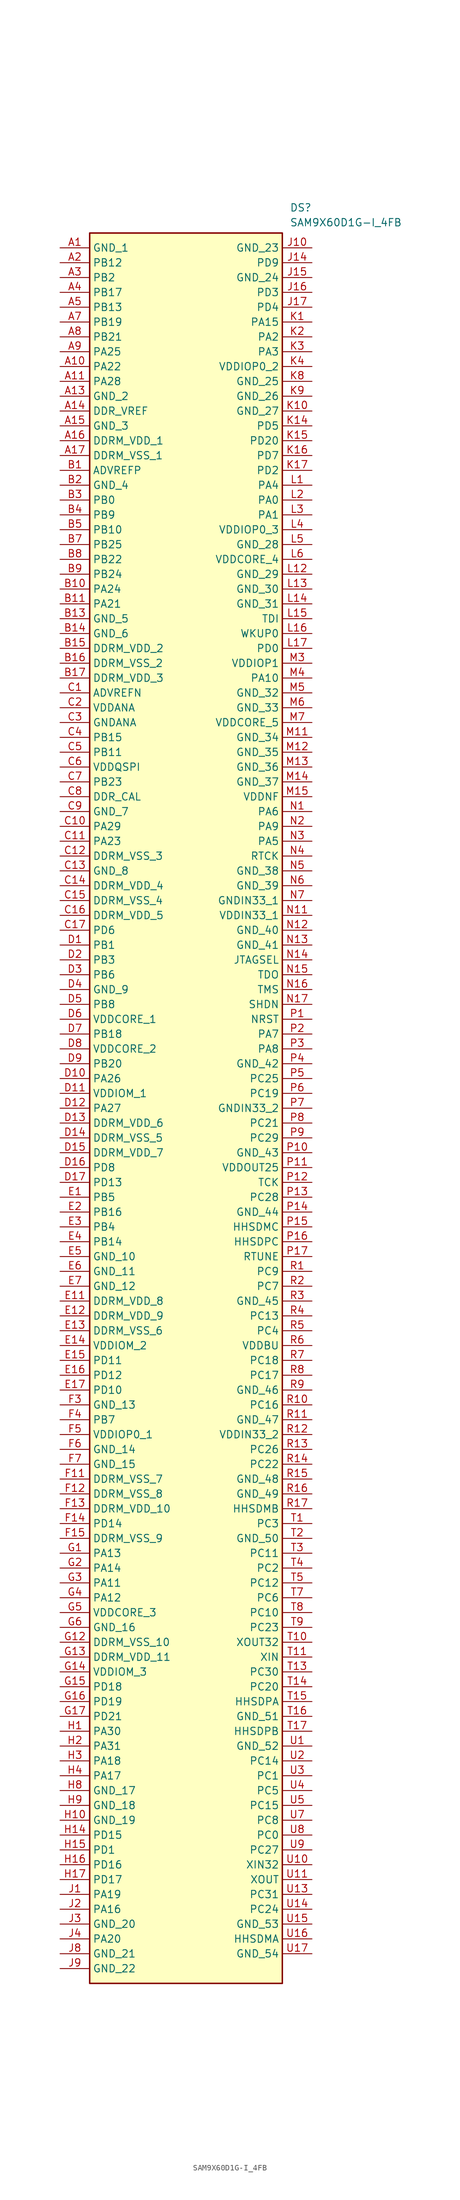
<source format=kicad_sym>
(kicad_symbol_lib
  (version 20211014)
  (generator SamacSys_ECAD_Model)
  (symbol "SAM9X60D1G-I_4FB"
    (property "Reference" "DS"
      (at 39.37 7.62 0)
      (effects (font (size 1.27 1.27)) (justify left top)))
    (property "Value" "SAM9X60D1G-I_4FB"
      (at 39.37 5.08 0)
      (effects (font (size 1.27 1.27)) (justify left top)))
    (rectangle
      (start 5.08 2.54)
      (end 38.1 -297.18)
      (stroke (width 0.254) (type default))
      (fill (type background)))
    (pin power_in line
      (at 0 0 0)
      (length 5.08)
      (name "GND_1" (effects (font (size 1.27 1.27))))
      (number "A1" (effects (font (size 1.27 1.27)))))
    (pin bidirectional line
      (at 0 -2.54 0)
      (length 5.08)
      (name "PB12" (effects (font (size 1.27 1.27))))
      (number "A2" (effects (font (size 1.27 1.27)))))
    (pin bidirectional line
      (at 0 -5.08 0)
      (length 5.08)
      (name "PB2" (effects (font (size 1.27 1.27))))
      (number "A3" (effects (font (size 1.27 1.27)))))
    (pin bidirectional line
      (at 0 -7.62 0)
      (length 5.08)
      (name "PB17" (effects (font (size 1.27 1.27))))
      (number "A4" (effects (font (size 1.27 1.27)))))
    (pin bidirectional line
      (at 0 -10.16 0)
      (length 5.08)
      (name "PB13" (effects (font (size 1.27 1.27))))
      (number "A5" (effects (font (size 1.27 1.27)))))
    (pin bidirectional line
      (at 0 -12.7 0)
      (length 5.08)
      (name "PB19" (effects (font (size 1.27 1.27))))
      (number "A7" (effects (font (size 1.27 1.27)))))
    (pin bidirectional line
      (at 0 -15.24 0)
      (length 5.08)
      (name "PB21" (effects (font (size 1.27 1.27))))
      (number "A8" (effects (font (size 1.27 1.27)))))
    (pin bidirectional line
      (at 0 -17.78 0)
      (length 5.08)
      (name "PA25" (effects (font (size 1.27 1.27))))
      (number "A9" (effects (font (size 1.27 1.27)))))
    (pin bidirectional line
      (at 0 -20.32 0)
      (length 5.08)
      (name "PA22" (effects (font (size 1.27 1.27))))
      (number "A10" (effects (font (size 1.27 1.27)))))
    (pin bidirectional line
      (at 0 -22.86 0)
      (length 5.08)
      (name "PA28" (effects (font (size 1.27 1.27))))
      (number "A11" (effects (font (size 1.27 1.27)))))
    (pin power_in line
      (at 0 -25.4 0)
      (length 5.08)
      (name "GND_2" (effects (font (size 1.27 1.27))))
      (number "A13" (effects (font (size 1.27 1.27)))))
    (pin bidirectional line
      (at 0 -27.94 0)
      (length 5.08)
      (name "DDR_VREF" (effects (font (size 1.27 1.27))))
      (number "A14" (effects (font (size 1.27 1.27)))))
    (pin power_in line
      (at 0 -30.48 0)
      (length 5.08)
      (name "GND_3" (effects (font (size 1.27 1.27))))
      (number "A15" (effects (font (size 1.27 1.27)))))
    (pin power_in line
      (at 0 -33.02 0)
      (length 5.08)
      (name "DDRM_VDD_1" (effects (font (size 1.27 1.27))))
      (number "A16" (effects (font (size 1.27 1.27)))))
    (pin power_in line
      (at 0 -35.56 0)
      (length 5.08)
      (name "DDRM_VSS_1" (effects (font (size 1.27 1.27))))
      (number "A17" (effects (font (size 1.27 1.27)))))
    (pin input line
      (at 0 -38.1 0)
      (length 5.08)
      (name "ADVREFP" (effects (font (size 1.27 1.27))))
      (number "B1" (effects (font (size 1.27 1.27)))))
    (pin power_in line
      (at 0 -40.64 0)
      (length 5.08)
      (name "GND_4" (effects (font (size 1.27 1.27))))
      (number "B2" (effects (font (size 1.27 1.27)))))
    (pin bidirectional line
      (at 0 -43.18 0)
      (length 5.08)
      (name "PB0" (effects (font (size 1.27 1.27))))
      (number "B3" (effects (font (size 1.27 1.27)))))
    (pin bidirectional line
      (at 0 -45.72 0)
      (length 5.08)
      (name "PB9" (effects (font (size 1.27 1.27))))
      (number "B4" (effects (font (size 1.27 1.27)))))
    (pin bidirectional line
      (at 0 -48.26 0)
      (length 5.08)
      (name "PB10" (effects (font (size 1.27 1.27))))
      (number "B5" (effects (font (size 1.27 1.27)))))
    (pin bidirectional line
      (at 0 -50.8 0)
      (length 5.08)
      (name "PB25" (effects (font (size 1.27 1.27))))
      (number "B7" (effects (font (size 1.27 1.27)))))
    (pin bidirectional line
      (at 0 -53.34 0)
      (length 5.08)
      (name "PB22" (effects (font (size 1.27 1.27))))
      (number "B8" (effects (font (size 1.27 1.27)))))
    (pin bidirectional line
      (at 0 -55.88 0)
      (length 5.08)
      (name "PB24" (effects (font (size 1.27 1.27))))
      (number "B9" (effects (font (size 1.27 1.27)))))
    (pin bidirectional line
      (at 0 -58.42 0)
      (length 5.08)
      (name "PA24" (effects (font (size 1.27 1.27))))
      (number "B10" (effects (font (size 1.27 1.27)))))
    (pin bidirectional line
      (at 0 -60.96 0)
      (length 5.08)
      (name "PA21" (effects (font (size 1.27 1.27))))
      (number "B11" (effects (font (size 1.27 1.27)))))
    (pin power_in line
      (at 0 -63.5 0)
      (length 5.08)
      (name "GND_5" (effects (font (size 1.27 1.27))))
      (number "B13" (effects (font (size 1.27 1.27)))))
    (pin power_in line
      (at 0 -66.04 0)
      (length 5.08)
      (name "GND_6" (effects (font (size 1.27 1.27))))
      (number "B14" (effects (font (size 1.27 1.27)))))
    (pin power_in line
      (at 0 -68.58 0)
      (length 5.08)
      (name "DDRM_VDD_2" (effects (font (size 1.27 1.27))))
      (number "B15" (effects (font (size 1.27 1.27)))))
    (pin power_in line
      (at 0 -71.12 0)
      (length 5.08)
      (name "DDRM_VSS_2" (effects (font (size 1.27 1.27))))
      (number "B16" (effects (font (size 1.27 1.27)))))
    (pin power_in line
      (at 0 -73.66 0)
      (length 5.08)
      (name "DDRM_VDD_3" (effects (font (size 1.27 1.27))))
      (number "B17" (effects (font (size 1.27 1.27)))))
    (pin input line
      (at 0 -76.2 0)
      (length 5.08)
      (name "ADVREFN" (effects (font (size 1.27 1.27))))
      (number "C1" (effects (font (size 1.27 1.27)))))
    (pin power_in line
      (at 0 -78.74 0)
      (length 5.08)
      (name "VDDANA" (effects (font (size 1.27 1.27))))
      (number "C2" (effects (font (size 1.27 1.27)))))
    (pin power_in line
      (at 0 -81.28 0)
      (length 5.08)
      (name "GNDANA" (effects (font (size 1.27 1.27))))
      (number "C3" (effects (font (size 1.27 1.27)))))
    (pin bidirectional line
      (at 0 -83.82 0)
      (length 5.08)
      (name "PB15" (effects (font (size 1.27 1.27))))
      (number "C4" (effects (font (size 1.27 1.27)))))
    (pin bidirectional line
      (at 0 -86.36 0)
      (length 5.08)
      (name "PB11" (effects (font (size 1.27 1.27))))
      (number "C5" (effects (font (size 1.27 1.27)))))
    (pin power_in line
      (at 0 -88.9 0)
      (length 5.08)
      (name "VDDQSPI" (effects (font (size 1.27 1.27))))
      (number "C6" (effects (font (size 1.27 1.27)))))
    (pin bidirectional line
      (at 0 -91.44 0)
      (length 5.08)
      (name "PB23" (effects (font (size 1.27 1.27))))
      (number "C7" (effects (font (size 1.27 1.27)))))
    (pin bidirectional line
      (at 0 -93.98 0)
      (length 5.08)
      (name "DDR_CAL" (effects (font (size 1.27 1.27))))
      (number "C8" (effects (font (size 1.27 1.27)))))
    (pin power_in line
      (at 0 -96.52 0)
      (length 5.08)
      (name "GND_7" (effects (font (size 1.27 1.27))))
      (number "C9" (effects (font (size 1.27 1.27)))))
    (pin bidirectional line
      (at 0 -99.06 0)
      (length 5.08)
      (name "PA29" (effects (font (size 1.27 1.27))))
      (number "C10" (effects (font (size 1.27 1.27)))))
    (pin bidirectional line
      (at 0 -101.6 0)
      (length 5.08)
      (name "PA23" (effects (font (size 1.27 1.27))))
      (number "C11" (effects (font (size 1.27 1.27)))))
    (pin power_in line
      (at 0 -104.14 0)
      (length 5.08)
      (name "DDRM_VSS_3" (effects (font (size 1.27 1.27))))
      (number "C12" (effects (font (size 1.27 1.27)))))
    (pin power_in line
      (at 0 -106.68 0)
      (length 5.08)
      (name "GND_8" (effects (font (size 1.27 1.27))))
      (number "C13" (effects (font (size 1.27 1.27)))))
    (pin power_in line
      (at 0 -109.22 0)
      (length 5.08)
      (name "DDRM_VDD_4" (effects (font (size 1.27 1.27))))
      (number "C14" (effects (font (size 1.27 1.27)))))
    (pin power_in line
      (at 0 -111.76 0)
      (length 5.08)
      (name "DDRM_VSS_4" (effects (font (size 1.27 1.27))))
      (number "C15" (effects (font (size 1.27 1.27)))))
    (pin power_in line
      (at 0 -114.3 0)
      (length 5.08)
      (name "DDRM_VDD_5" (effects (font (size 1.27 1.27))))
      (number "C16" (effects (font (size 1.27 1.27)))))
    (pin bidirectional line
      (at 0 -116.84 0)
      (length 5.08)
      (name "PD6" (effects (font (size 1.27 1.27))))
      (number "C17" (effects (font (size 1.27 1.27)))))
    (pin bidirectional line
      (at 0 -119.38 0)
      (length 5.08)
      (name "PB1" (effects (font (size 1.27 1.27))))
      (number "D1" (effects (font (size 1.27 1.27)))))
    (pin bidirectional line
      (at 0 -121.92 0)
      (length 5.08)
      (name "PB3" (effects (font (size 1.27 1.27))))
      (number "D2" (effects (font (size 1.27 1.27)))))
    (pin bidirectional line
      (at 0 -124.46 0)
      (length 5.08)
      (name "PB6" (effects (font (size 1.27 1.27))))
      (number "D3" (effects (font (size 1.27 1.27)))))
    (pin power_in line
      (at 0 -127 0)
      (length 5.08)
      (name "GND_9" (effects (font (size 1.27 1.27))))
      (number "D4" (effects (font (size 1.27 1.27)))))
    (pin bidirectional line
      (at 0 -129.54 0)
      (length 5.08)
      (name "PB8" (effects (font (size 1.27 1.27))))
      (number "D5" (effects (font (size 1.27 1.27)))))
    (pin power_in line
      (at 0 -132.08 0)
      (length 5.08)
      (name "VDDCORE_1" (effects (font (size 1.27 1.27))))
      (number "D6" (effects (font (size 1.27 1.27)))))
    (pin bidirectional line
      (at 0 -134.62 0)
      (length 5.08)
      (name "PB18" (effects (font (size 1.27 1.27))))
      (number "D7" (effects (font (size 1.27 1.27)))))
    (pin power_in line
      (at 0 -137.16 0)
      (length 5.08)
      (name "VDDCORE_2" (effects (font (size 1.27 1.27))))
      (number "D8" (effects (font (size 1.27 1.27)))))
    (pin bidirectional line
      (at 0 -139.7 0)
      (length 5.08)
      (name "PB20" (effects (font (size 1.27 1.27))))
      (number "D9" (effects (font (size 1.27 1.27)))))
    (pin bidirectional line
      (at 0 -142.24 0)
      (length 5.08)
      (name "PA26" (effects (font (size 1.27 1.27))))
      (number "D10" (effects (font (size 1.27 1.27)))))
    (pin power_in line
      (at 0 -144.78 0)
      (length 5.08)
      (name "VDDIOM_1" (effects (font (size 1.27 1.27))))
      (number "D11" (effects (font (size 1.27 1.27)))))
    (pin bidirectional line
      (at 0 -147.32 0)
      (length 5.08)
      (name "PA27" (effects (font (size 1.27 1.27))))
      (number "D12" (effects (font (size 1.27 1.27)))))
    (pin power_in line
      (at 0 -149.86 0)
      (length 5.08)
      (name "DDRM_VDD_6" (effects (font (size 1.27 1.27))))
      (number "D13" (effects (font (size 1.27 1.27)))))
    (pin power_in line
      (at 0 -152.4 0)
      (length 5.08)
      (name "DDRM_VSS_5" (effects (font (size 1.27 1.27))))
      (number "D14" (effects (font (size 1.27 1.27)))))
    (pin power_in line
      (at 0 -154.94 0)
      (length 5.08)
      (name "DDRM_VDD_7" (effects (font (size 1.27 1.27))))
      (number "D15" (effects (font (size 1.27 1.27)))))
    (pin bidirectional line
      (at 0 -157.48 0)
      (length 5.08)
      (name "PD8" (effects (font (size 1.27 1.27))))
      (number "D16" (effects (font (size 1.27 1.27)))))
    (pin bidirectional line
      (at 0 -160.02 0)
      (length 5.08)
      (name "PD13" (effects (font (size 1.27 1.27))))
      (number "D17" (effects (font (size 1.27 1.27)))))
    (pin bidirectional line
      (at 0 -162.56 0)
      (length 5.08)
      (name "PB5" (effects (font (size 1.27 1.27))))
      (number "E1" (effects (font (size 1.27 1.27)))))
    (pin bidirectional line
      (at 0 -165.1 0)
      (length 5.08)
      (name "PB16" (effects (font (size 1.27 1.27))))
      (number "E2" (effects (font (size 1.27 1.27)))))
    (pin bidirectional line
      (at 0 -167.64 0)
      (length 5.08)
      (name "PB4" (effects (font (size 1.27 1.27))))
      (number "E3" (effects (font (size 1.27 1.27)))))
    (pin bidirectional line
      (at 0 -170.18 0)
      (length 5.08)
      (name "PB14" (effects (font (size 1.27 1.27))))
      (number "E4" (effects (font (size 1.27 1.27)))))
    (pin power_in line
      (at 0 -172.72 0)
      (length 5.08)
      (name "GND_10" (effects (font (size 1.27 1.27))))
      (number "E5" (effects (font (size 1.27 1.27)))))
    (pin power_in line
      (at 0 -175.26 0)
      (length 5.08)
      (name "GND_11" (effects (font (size 1.27 1.27))))
      (number "E6" (effects (font (size 1.27 1.27)))))
    (pin power_in line
      (at 0 -177.8 0)
      (length 5.08)
      (name "GND_12" (effects (font (size 1.27 1.27))))
      (number "E7" (effects (font (size 1.27 1.27)))))
    (pin power_in line
      (at 0 -180.34 0)
      (length 5.08)
      (name "DDRM_VDD_8" (effects (font (size 1.27 1.27))))
      (number "E11" (effects (font (size 1.27 1.27)))))
    (pin power_in line
      (at 0 -182.88 0)
      (length 5.08)
      (name "DDRM_VDD_9" (effects (font (size 1.27 1.27))))
      (number "E12" (effects (font (size 1.27 1.27)))))
    (pin power_in line
      (at 0 -185.42 0)
      (length 5.08)
      (name "DDRM_VSS_6" (effects (font (size 1.27 1.27))))
      (number "E13" (effects (font (size 1.27 1.27)))))
    (pin power_in line
      (at 0 -187.96 0)
      (length 5.08)
      (name "VDDIOM_2" (effects (font (size 1.27 1.27))))
      (number "E14" (effects (font (size 1.27 1.27)))))
    (pin bidirectional line
      (at 0 -190.5 0)
      (length 5.08)
      (name "PD11" (effects (font (size 1.27 1.27))))
      (number "E15" (effects (font (size 1.27 1.27)))))
    (pin bidirectional line
      (at 0 -193.04 0)
      (length 5.08)
      (name "PD12" (effects (font (size 1.27 1.27))))
      (number "E16" (effects (font (size 1.27 1.27)))))
    (pin bidirectional line
      (at 0 -195.58 0)
      (length 5.08)
      (name "PD10" (effects (font (size 1.27 1.27))))
      (number "E17" (effects (font (size 1.27 1.27)))))
    (pin power_in line
      (at 0 -198.12 0)
      (length 5.08)
      (name "GND_13" (effects (font (size 1.27 1.27))))
      (number "F3" (effects (font (size 1.27 1.27)))))
    (pin bidirectional line
      (at 0 -200.66 0)
      (length 5.08)
      (name "PB7" (effects (font (size 1.27 1.27))))
      (number "F4" (effects (font (size 1.27 1.27)))))
    (pin power_in line
      (at 0 -203.2 0)
      (length 5.08)
      (name "VDDIOP0_1" (effects (font (size 1.27 1.27))))
      (number "F5" (effects (font (size 1.27 1.27)))))
    (pin power_in line
      (at 0 -205.74 0)
      (length 5.08)
      (name "GND_14" (effects (font (size 1.27 1.27))))
      (number "F6" (effects (font (size 1.27 1.27)))))
    (pin power_in line
      (at 0 -208.28 0)
      (length 5.08)
      (name "GND_15" (effects (font (size 1.27 1.27))))
      (number "F7" (effects (font (size 1.27 1.27)))))
    (pin power_in line
      (at 0 -210.82 0)
      (length 5.08)
      (name "DDRM_VSS_7" (effects (font (size 1.27 1.27))))
      (number "F11" (effects (font (size 1.27 1.27)))))
    (pin power_in line
      (at 0 -213.36 0)
      (length 5.08)
      (name "DDRM_VSS_8" (effects (font (size 1.27 1.27))))
      (number "F12" (effects (font (size 1.27 1.27)))))
    (pin power_in line
      (at 0 -215.9 0)
      (length 5.08)
      (name "DDRM_VDD_10" (effects (font (size 1.27 1.27))))
      (number "F13" (effects (font (size 1.27 1.27)))))
    (pin bidirectional line
      (at 0 -218.44 0)
      (length 5.08)
      (name "PD14" (effects (font (size 1.27 1.27))))
      (number "F14" (effects (font (size 1.27 1.27)))))
    (pin power_in line
      (at 0 -220.98 0)
      (length 5.08)
      (name "DDRM_VSS_9" (effects (font (size 1.27 1.27))))
      (number "F15" (effects (font (size 1.27 1.27)))))
    (pin bidirectional line
      (at 0 -223.52 0)
      (length 5.08)
      (name "PA13" (effects (font (size 1.27 1.27))))
      (number "G1" (effects (font (size 1.27 1.27)))))
    (pin bidirectional line
      (at 0 -226.06 0)
      (length 5.08)
      (name "PA14" (effects (font (size 1.27 1.27))))
      (number "G2" (effects (font (size 1.27 1.27)))))
    (pin bidirectional line
      (at 0 -228.6 0)
      (length 5.08)
      (name "PA11" (effects (font (size 1.27 1.27))))
      (number "G3" (effects (font (size 1.27 1.27)))))
    (pin bidirectional line
      (at 0 -231.14 0)
      (length 5.08)
      (name "PA12" (effects (font (size 1.27 1.27))))
      (number "G4" (effects (font (size 1.27 1.27)))))
    (pin power_in line
      (at 0 -233.68 0)
      (length 5.08)
      (name "VDDCORE_3" (effects (font (size 1.27 1.27))))
      (number "G5" (effects (font (size 1.27 1.27)))))
    (pin power_in line
      (at 0 -236.22 0)
      (length 5.08)
      (name "GND_16" (effects (font (size 1.27 1.27))))
      (number "G6" (effects (font (size 1.27 1.27)))))
    (pin power_in line
      (at 0 -238.76 0)
      (length 5.08)
      (name "DDRM_VSS_10" (effects (font (size 1.27 1.27))))
      (number "G12" (effects (font (size 1.27 1.27)))))
    (pin power_in line
      (at 0 -241.3 0)
      (length 5.08)
      (name "DDRM_VDD_11" (effects (font (size 1.27 1.27))))
      (number "G13" (effects (font (size 1.27 1.27)))))
    (pin power_in line
      (at 0 -243.84 0)
      (length 5.08)
      (name "VDDIOM_3" (effects (font (size 1.27 1.27))))
      (number "G14" (effects (font (size 1.27 1.27)))))
    (pin bidirectional line
      (at 0 -246.38 0)
      (length 5.08)
      (name "PD18" (effects (font (size 1.27 1.27))))
      (number "G15" (effects (font (size 1.27 1.27)))))
    (pin bidirectional line
      (at 0 -248.92 0)
      (length 5.08)
      (name "PD19" (effects (font (size 1.27 1.27))))
      (number "G16" (effects (font (size 1.27 1.27)))))
    (pin bidirectional line
      (at 0 -251.46 0)
      (length 5.08)
      (name "PD21" (effects (font (size 1.27 1.27))))
      (number "G17" (effects (font (size 1.27 1.27)))))
    (pin bidirectional line
      (at 0 -254 0)
      (length 5.08)
      (name "PA30" (effects (font (size 1.27 1.27))))
      (number "H1" (effects (font (size 1.27 1.27)))))
    (pin bidirectional line
      (at 0 -256.54 0)
      (length 5.08)
      (name "PA31" (effects (font (size 1.27 1.27))))
      (number "H2" (effects (font (size 1.27 1.27)))))
    (pin bidirectional line
      (at 0 -259.08 0)
      (length 5.08)
      (name "PA18" (effects (font (size 1.27 1.27))))
      (number "H3" (effects (font (size 1.27 1.27)))))
    (pin bidirectional line
      (at 0 -261.62 0)
      (length 5.08)
      (name "PA17" (effects (font (size 1.27 1.27))))
      (number "H4" (effects (font (size 1.27 1.27)))))
    (pin power_in line
      (at 0 -264.16 0)
      (length 5.08)
      (name "GND_17" (effects (font (size 1.27 1.27))))
      (number "H8" (effects (font (size 1.27 1.27)))))
    (pin power_in line
      (at 0 -266.7 0)
      (length 5.08)
      (name "GND_18" (effects (font (size 1.27 1.27))))
      (number "H9" (effects (font (size 1.27 1.27)))))
    (pin power_in line
      (at 0 -269.24 0)
      (length 5.08)
      (name "GND_19" (effects (font (size 1.27 1.27))))
      (number "H10" (effects (font (size 1.27 1.27)))))
    (pin bidirectional line
      (at 0 -271.78 0)
      (length 5.08)
      (name "PD15" (effects (font (size 1.27 1.27))))
      (number "H14" (effects (font (size 1.27 1.27)))))
    (pin bidirectional line
      (at 0 -274.32 0)
      (length 5.08)
      (name "PD1" (effects (font (size 1.27 1.27))))
      (number "H15" (effects (font (size 1.27 1.27)))))
    (pin bidirectional line
      (at 0 -276.86 0)
      (length 5.08)
      (name "PD16" (effects (font (size 1.27 1.27))))
      (number "H16" (effects (font (size 1.27 1.27)))))
    (pin bidirectional line
      (at 0 -279.4 0)
      (length 5.08)
      (name "PD17" (effects (font (size 1.27 1.27))))
      (number "H17" (effects (font (size 1.27 1.27)))))
    (pin bidirectional line
      (at 0 -281.94 0)
      (length 5.08)
      (name "PA19" (effects (font (size 1.27 1.27))))
      (number "J1" (effects (font (size 1.27 1.27)))))
    (pin bidirectional line
      (at 0 -284.48 0)
      (length 5.08)
      (name "PA16" (effects (font (size 1.27 1.27))))
      (number "J2" (effects (font (size 1.27 1.27)))))
    (pin power_in line
      (at 0 -287.02 0)
      (length 5.08)
      (name "GND_20" (effects (font (size 1.27 1.27))))
      (number "J3" (effects (font (size 1.27 1.27)))))
    (pin bidirectional line
      (at 0 -289.56 0)
      (length 5.08)
      (name "PA20" (effects (font (size 1.27 1.27))))
      (number "J4" (effects (font (size 1.27 1.27)))))
    (pin power_in line
      (at 0 -292.1 0)
      (length 5.08)
      (name "GND_21" (effects (font (size 1.27 1.27))))
      (number "J8" (effects (font (size 1.27 1.27)))))
    (pin power_in line
      (at 0 -294.64 0)
      (length 5.08)
      (name "GND_22" (effects (font (size 1.27 1.27))))
      (number "J9" (effects (font (size 1.27 1.27)))))
    (pin power_in line
      (at 43.18 0 180)
      (length 5.08)
      (name "GND_23" (effects (font (size 1.27 1.27))))
      (number "J10" (effects (font (size 1.27 1.27)))))
    (pin bidirectional line
      (at 43.18 -2.54 180)
      (length 5.08)
      (name "PD9" (effects (font (size 1.27 1.27))))
      (number "J14" (effects (font (size 1.27 1.27)))))
    (pin power_in line
      (at 43.18 -5.08 180)
      (length 5.08)
      (name "GND_24" (effects (font (size 1.27 1.27))))
      (number "J15" (effects (font (size 1.27 1.27)))))
    (pin bidirectional line
      (at 43.18 -7.62 180)
      (length 5.08)
      (name "PD3" (effects (font (size 1.27 1.27))))
      (number "J16" (effects (font (size 1.27 1.27)))))
    (pin bidirectional line
      (at 43.18 -10.16 180)
      (length 5.08)
      (name "PD4" (effects (font (size 1.27 1.27))))
      (number "J17" (effects (font (size 1.27 1.27)))))
    (pin bidirectional line
      (at 43.18 -12.7 180)
      (length 5.08)
      (name "PA15" (effects (font (size 1.27 1.27))))
      (number "K1" (effects (font (size 1.27 1.27)))))
    (pin bidirectional line
      (at 43.18 -15.24 180)
      (length 5.08)
      (name "PA2" (effects (font (size 1.27 1.27))))
      (number "K2" (effects (font (size 1.27 1.27)))))
    (pin bidirectional line
      (at 43.18 -17.78 180)
      (length 5.08)
      (name "PA3" (effects (font (size 1.27 1.27))))
      (number "K3" (effects (font (size 1.27 1.27)))))
    (pin power_in line
      (at 43.18 -20.32 180)
      (length 5.08)
      (name "VDDIOP0_2" (effects (font (size 1.27 1.27))))
      (number "K4" (effects (font (size 1.27 1.27)))))
    (pin power_in line
      (at 43.18 -22.86 180)
      (length 5.08)
      (name "GND_25" (effects (font (size 1.27 1.27))))
      (number "K8" (effects (font (size 1.27 1.27)))))
    (pin power_in line
      (at 43.18 -25.4 180)
      (length 5.08)
      (name "GND_26" (effects (font (size 1.27 1.27))))
      (number "K9" (effects (font (size 1.27 1.27)))))
    (pin power_in line
      (at 43.18 -27.94 180)
      (length 5.08)
      (name "GND_27" (effects (font (size 1.27 1.27))))
      (number "K10" (effects (font (size 1.27 1.27)))))
    (pin bidirectional line
      (at 43.18 -30.48 180)
      (length 5.08)
      (name "PD5" (effects (font (size 1.27 1.27))))
      (number "K14" (effects (font (size 1.27 1.27)))))
    (pin bidirectional line
      (at 43.18 -33.02 180)
      (length 5.08)
      (name "PD20" (effects (font (size 1.27 1.27))))
      (number "K15" (effects (font (size 1.27 1.27)))))
    (pin bidirectional line
      (at 43.18 -35.56 180)
      (length 5.08)
      (name "PD7" (effects (font (size 1.27 1.27))))
      (number "K16" (effects (font (size 1.27 1.27)))))
    (pin bidirectional line
      (at 43.18 -38.1 180)
      (length 5.08)
      (name "PD2" (effects (font (size 1.27 1.27))))
      (number "K17" (effects (font (size 1.27 1.27)))))
    (pin bidirectional line
      (at 43.18 -40.64 180)
      (length 5.08)
      (name "PA4" (effects (font (size 1.27 1.27))))
      (number "L1" (effects (font (size 1.27 1.27)))))
    (pin bidirectional line
      (at 43.18 -43.18 180)
      (length 5.08)
      (name "PA0" (effects (font (size 1.27 1.27))))
      (number "L2" (effects (font (size 1.27 1.27)))))
    (pin bidirectional line
      (at 43.18 -45.72 180)
      (length 5.08)
      (name "PA1" (effects (font (size 1.27 1.27))))
      (number "L3" (effects (font (size 1.27 1.27)))))
    (pin power_in line
      (at 43.18 -48.26 180)
      (length 5.08)
      (name "VDDIOP0_3" (effects (font (size 1.27 1.27))))
      (number "L4" (effects (font (size 1.27 1.27)))))
    (pin power_in line
      (at 43.18 -50.8 180)
      (length 5.08)
      (name "GND_28" (effects (font (size 1.27 1.27))))
      (number "L5" (effects (font (size 1.27 1.27)))))
    (pin power_in line
      (at 43.18 -53.34 180)
      (length 5.08)
      (name "VDDCORE_4" (effects (font (size 1.27 1.27))))
      (number "L6" (effects (font (size 1.27 1.27)))))
    (pin power_in line
      (at 43.18 -55.88 180)
      (length 5.08)
      (name "GND_29" (effects (font (size 1.27 1.27))))
      (number "L12" (effects (font (size 1.27 1.27)))))
    (pin power_in line
      (at 43.18 -58.42 180)
      (length 5.08)
      (name "GND_30" (effects (font (size 1.27 1.27))))
      (number "L13" (effects (font (size 1.27 1.27)))))
    (pin power_in line
      (at 43.18 -60.96 180)
      (length 5.08)
      (name "GND_31" (effects (font (size 1.27 1.27))))
      (number "L14" (effects (font (size 1.27 1.27)))))
    (pin input line
      (at 43.18 -63.5 180)
      (length 5.08)
      (name "TDI" (effects (font (size 1.27 1.27))))
      (number "L15" (effects (font (size 1.27 1.27)))))
    (pin input line
      (at 43.18 -66.04 180)
      (length 5.08)
      (name "WKUP0" (effects (font (size 1.27 1.27))))
      (number "L16" (effects (font (size 1.27 1.27)))))
    (pin bidirectional line
      (at 43.18 -68.58 180)
      (length 5.08)
      (name "PD0" (effects (font (size 1.27 1.27))))
      (number "L17" (effects (font (size 1.27 1.27)))))
    (pin power_in line
      (at 43.18 -71.12 180)
      (length 5.08)
      (name "VDDIOP1" (effects (font (size 1.27 1.27))))
      (number "M3" (effects (font (size 1.27 1.27)))))
    (pin bidirectional line
      (at 43.18 -73.66 180)
      (length 5.08)
      (name "PA10" (effects (font (size 1.27 1.27))))
      (number "M4" (effects (font (size 1.27 1.27)))))
    (pin power_in line
      (at 43.18 -76.2 180)
      (length 5.08)
      (name "GND_32" (effects (font (size 1.27 1.27))))
      (number "M5" (effects (font (size 1.27 1.27)))))
    (pin power_in line
      (at 43.18 -78.74 180)
      (length 5.08)
      (name "GND_33" (effects (font (size 1.27 1.27))))
      (number "M6" (effects (font (size 1.27 1.27)))))
    (pin power_in line
      (at 43.18 -81.28 180)
      (length 5.08)
      (name "VDDCORE_5" (effects (font (size 1.27 1.27))))
      (number "M7" (effects (font (size 1.27 1.27)))))
    (pin power_in line
      (at 43.18 -83.82 180)
      (length 5.08)
      (name "GND_34" (effects (font (size 1.27 1.27))))
      (number "M11" (effects (font (size 1.27 1.27)))))
    (pin power_in line
      (at 43.18 -86.36 180)
      (length 5.08)
      (name "GND_35" (effects (font (size 1.27 1.27))))
      (number "M12" (effects (font (size 1.27 1.27)))))
    (pin power_in line
      (at 43.18 -88.9 180)
      (length 5.08)
      (name "GND_36" (effects (font (size 1.27 1.27))))
      (number "M13" (effects (font (size 1.27 1.27)))))
    (pin power_in line
      (at 43.18 -91.44 180)
      (length 5.08)
      (name "GND_37" (effects (font (size 1.27 1.27))))
      (number "M14" (effects (font (size 1.27 1.27)))))
    (pin power_in line
      (at 43.18 -93.98 180)
      (length 5.08)
      (name "VDDNF" (effects (font (size 1.27 1.27))))
      (number "M15" (effects (font (size 1.27 1.27)))))
    (pin bidirectional line
      (at 43.18 -96.52 180)
      (length 5.08)
      (name "PA6" (effects (font (size 1.27 1.27))))
      (number "N1" (effects (font (size 1.27 1.27)))))
    (pin bidirectional line
      (at 43.18 -99.06 180)
      (length 5.08)
      (name "PA9" (effects (font (size 1.27 1.27))))
      (number "N2" (effects (font (size 1.27 1.27)))))
    (pin bidirectional line
      (at 43.18 -101.6 180)
      (length 5.08)
      (name "PA5" (effects (font (size 1.27 1.27))))
      (number "N3" (effects (font (size 1.27 1.27)))))
    (pin output line
      (at 43.18 -104.14 180)
      (length 5.08)
      (name "RTCK" (effects (font (size 1.27 1.27))))
      (number "N4" (effects (font (size 1.27 1.27)))))
    (pin power_in line
      (at 43.18 -106.68 180)
      (length 5.08)
      (name "GND_38" (effects (font (size 1.27 1.27))))
      (number "N5" (effects (font (size 1.27 1.27)))))
    (pin power_in line
      (at 43.18 -109.22 180)
      (length 5.08)
      (name "GND_39" (effects (font (size 1.27 1.27))))
      (number "N6" (effects (font (size 1.27 1.27)))))
    (pin power_in line
      (at 43.18 -111.76 180)
      (length 5.08)
      (name "GNDIN33_1" (effects (font (size 1.27 1.27))))
      (number "N7" (effects (font (size 1.27 1.27)))))
    (pin power_in line
      (at 43.18 -114.3 180)
      (length 5.08)
      (name "VDDIN33_1" (effects (font (size 1.27 1.27))))
      (number "N11" (effects (font (size 1.27 1.27)))))
    (pin power_in line
      (at 43.18 -116.84 180)
      (length 5.08)
      (name "GND_40" (effects (font (size 1.27 1.27))))
      (number "N12" (effects (font (size 1.27 1.27)))))
    (pin power_in line
      (at 43.18 -119.38 180)
      (length 5.08)
      (name "GND_41" (effects (font (size 1.27 1.27))))
      (number "N13" (effects (font (size 1.27 1.27)))))
    (pin input line
      (at 43.18 -121.92 180)
      (length 5.08)
      (name "JTAGSEL" (effects (font (size 1.27 1.27))))
      (number "N14" (effects (font (size 1.27 1.27)))))
    (pin output line
      (at 43.18 -124.46 180)
      (length 5.08)
      (name "TDO" (effects (font (size 1.27 1.27))))
      (number "N15" (effects (font (size 1.27 1.27)))))
    (pin input line
      (at 43.18 -127 180)
      (length 5.08)
      (name "TMS" (effects (font (size 1.27 1.27))))
      (number "N16" (effects (font (size 1.27 1.27)))))
    (pin output line
      (at 43.18 -129.54 180)
      (length 5.08)
      (name "SHDN" (effects (font (size 1.27 1.27))))
      (number "N17" (effects (font (size 1.27 1.27)))))
    (pin input line
      (at 43.18 -132.08 180)
      (length 5.08)
      (name "NRST" (effects (font (size 1.27 1.27))))
      (number "P1" (effects (font (size 1.27 1.27)))))
    (pin bidirectional line
      (at 43.18 -134.62 180)
      (length 5.08)
      (name "PA7" (effects (font (size 1.27 1.27))))
      (number "P2" (effects (font (size 1.27 1.27)))))
    (pin bidirectional line
      (at 43.18 -137.16 180)
      (length 5.08)
      (name "PA8" (effects (font (size 1.27 1.27))))
      (number "P3" (effects (font (size 1.27 1.27)))))
    (pin power_in line
      (at 43.18 -139.7 180)
      (length 5.08)
      (name "GND_42" (effects (font (size 1.27 1.27))))
      (number "P4" (effects (font (size 1.27 1.27)))))
    (pin bidirectional line
      (at 43.18 -142.24 180)
      (length 5.08)
      (name "PC25" (effects (font (size 1.27 1.27))))
      (number "P5" (effects (font (size 1.27 1.27)))))
    (pin bidirectional line
      (at 43.18 -144.78 180)
      (length 5.08)
      (name "PC19" (effects (font (size 1.27 1.27))))
      (number "P6" (effects (font (size 1.27 1.27)))))
    (pin power_in line
      (at 43.18 -147.32 180)
      (length 5.08)
      (name "GNDIN33_2" (effects (font (size 1.27 1.27))))
      (number "P7" (effects (font (size 1.27 1.27)))))
    (pin bidirectional line
      (at 43.18 -149.86 180)
      (length 5.08)
      (name "PC21" (effects (font (size 1.27 1.27))))
      (number "P8" (effects (font (size 1.27 1.27)))))
    (pin bidirectional line
      (at 43.18 -152.4 180)
      (length 5.08)
      (name "PC29" (effects (font (size 1.27 1.27))))
      (number "P9" (effects (font (size 1.27 1.27)))))
    (pin power_in line
      (at 43.18 -154.94 180)
      (length 5.08)
      (name "GND_43" (effects (font (size 1.27 1.27))))
      (number "P10" (effects (font (size 1.27 1.27)))))
    (pin power_in line
      (at 43.18 -157.48 180)
      (length 5.08)
      (name "VDDOUT25" (effects (font (size 1.27 1.27))))
      (number "P11" (effects (font (size 1.27 1.27)))))
    (pin input line
      (at 43.18 -160.02 180)
      (length 5.08)
      (name "TCK" (effects (font (size 1.27 1.27))))
      (number "P12" (effects (font (size 1.27 1.27)))))
    (pin bidirectional line
      (at 43.18 -162.56 180)
      (length 5.08)
      (name "PC28" (effects (font (size 1.27 1.27))))
      (number "P13" (effects (font (size 1.27 1.27)))))
    (pin power_in line
      (at 43.18 -165.1 180)
      (length 5.08)
      (name "GND_44" (effects (font (size 1.27 1.27))))
      (number "P14" (effects (font (size 1.27 1.27)))))
    (pin bidirectional line
      (at 43.18 -167.64 180)
      (length 5.08)
      (name "HHSDMC" (effects (font (size 1.27 1.27))))
      (number "P15" (effects (font (size 1.27 1.27)))))
    (pin bidirectional line
      (at 43.18 -170.18 180)
      (length 5.08)
      (name "HHSDPC" (effects (font (size 1.27 1.27))))
      (number "P16" (effects (font (size 1.27 1.27)))))
    (pin bidirectional line
      (at 43.18 -172.72 180)
      (length 5.08)
      (name "RTUNE" (effects (font (size 1.27 1.27))))
      (number "P17" (effects (font (size 1.27 1.27)))))
    (pin bidirectional line
      (at 43.18 -175.26 180)
      (length 5.08)
      (name "PC9" (effects (font (size 1.27 1.27))))
      (number "R1" (effects (font (size 1.27 1.27)))))
    (pin bidirectional line
      (at 43.18 -177.8 180)
      (length 5.08)
      (name "PC7" (effects (font (size 1.27 1.27))))
      (number "R2" (effects (font (size 1.27 1.27)))))
    (pin power_in line
      (at 43.18 -180.34 180)
      (length 5.08)
      (name "GND_45" (effects (font (size 1.27 1.27))))
      (number "R3" (effects (font (size 1.27 1.27)))))
    (pin bidirectional line
      (at 43.18 -182.88 180)
      (length 5.08)
      (name "PC13" (effects (font (size 1.27 1.27))))
      (number "R4" (effects (font (size 1.27 1.27)))))
    (pin bidirectional line
      (at 43.18 -185.42 180)
      (length 5.08)
      (name "PC4" (effects (font (size 1.27 1.27))))
      (number "R5" (effects (font (size 1.27 1.27)))))
    (pin power_in line
      (at 43.18 -187.96 180)
      (length 5.08)
      (name "VDDBU" (effects (font (size 1.27 1.27))))
      (number "R6" (effects (font (size 1.27 1.27)))))
    (pin bidirectional line
      (at 43.18 -190.5 180)
      (length 5.08)
      (name "PC18" (effects (font (size 1.27 1.27))))
      (number "R7" (effects (font (size 1.27 1.27)))))
    (pin bidirectional line
      (at 43.18 -193.04 180)
      (length 5.08)
      (name "PC17" (effects (font (size 1.27 1.27))))
      (number "R8" (effects (font (size 1.27 1.27)))))
    (pin power_in line
      (at 43.18 -195.58 180)
      (length 5.08)
      (name "GND_46" (effects (font (size 1.27 1.27))))
      (number "R9" (effects (font (size 1.27 1.27)))))
    (pin bidirectional line
      (at 43.18 -198.12 180)
      (length 5.08)
      (name "PC16" (effects (font (size 1.27 1.27))))
      (number "R10" (effects (font (size 1.27 1.27)))))
    (pin power_in line
      (at 43.18 -200.66 180)
      (length 5.08)
      (name "GND_47" (effects (font (size 1.27 1.27))))
      (number "R11" (effects (font (size 1.27 1.27)))))
    (pin power_in line
      (at 43.18 -203.2 180)
      (length 5.08)
      (name "VDDIN33_2" (effects (font (size 1.27 1.27))))
      (number "R12" (effects (font (size 1.27 1.27)))))
    (pin bidirectional line
      (at 43.18 -205.74 180)
      (length 5.08)
      (name "PC26" (effects (font (size 1.27 1.27))))
      (number "R13" (effects (font (size 1.27 1.27)))))
    (pin bidirectional line
      (at 43.18 -208.28 180)
      (length 5.08)
      (name "PC22" (effects (font (size 1.27 1.27))))
      (number "R14" (effects (font (size 1.27 1.27)))))
    (pin power_in line
      (at 43.18 -210.82 180)
      (length 5.08)
      (name "GND_48" (effects (font (size 1.27 1.27))))
      (number "R15" (effects (font (size 1.27 1.27)))))
    (pin power_in line
      (at 43.18 -213.36 180)
      (length 5.08)
      (name "GND_49" (effects (font (size 1.27 1.27))))
      (number "R16" (effects (font (size 1.27 1.27)))))
    (pin bidirectional line
      (at 43.18 -215.9 180)
      (length 5.08)
      (name "HHSDMB" (effects (font (size 1.27 1.27))))
      (number "R17" (effects (font (size 1.27 1.27)))))
    (pin bidirectional line
      (at 43.18 -218.44 180)
      (length 5.08)
      (name "PC3" (effects (font (size 1.27 1.27))))
      (number "T1" (effects (font (size 1.27 1.27)))))
    (pin power_in line
      (at 43.18 -220.98 180)
      (length 5.08)
      (name "GND_50" (effects (font (size 1.27 1.27))))
      (number "T2" (effects (font (size 1.27 1.27)))))
    (pin bidirectional line
      (at 43.18 -223.52 180)
      (length 5.08)
      (name "PC11" (effects (font (size 1.27 1.27))))
      (number "T3" (effects (font (size 1.27 1.27)))))
    (pin bidirectional line
      (at 43.18 -226.06 180)
      (length 5.08)
      (name "PC2" (effects (font (size 1.27 1.27))))
      (number "T4" (effects (font (size 1.27 1.27)))))
    (pin bidirectional line
      (at 43.18 -228.6 180)
      (length 5.08)
      (name "PC12" (effects (font (size 1.27 1.27))))
      (number "T5" (effects (font (size 1.27 1.27)))))
    (pin bidirectional line
      (at 43.18 -231.14 180)
      (length 5.08)
      (name "PC6" (effects (font (size 1.27 1.27))))
      (number "T7" (effects (font (size 1.27 1.27)))))
    (pin bidirectional line
      (at 43.18 -233.68 180)
      (length 5.08)
      (name "PC10" (effects (font (size 1.27 1.27))))
      (number "T8" (effects (font (size 1.27 1.27)))))
    (pin bidirectional line
      (at 43.18 -236.22 180)
      (length 5.08)
      (name "PC23" (effects (font (size 1.27 1.27))))
      (number "T9" (effects (font (size 1.27 1.27)))))
    (pin bidirectional line
      (at 43.18 -238.76 180)
      (length 5.08)
      (name "XOUT32" (effects (font (size 1.27 1.27))))
      (number "T10" (effects (font (size 1.27 1.27)))))
    (pin input line
      (at 43.18 -241.3 180)
      (length 5.08)
      (name "XIN" (effects (font (size 1.27 1.27))))
      (number "T11" (effects (font (size 1.27 1.27)))))
    (pin bidirectional line
      (at 43.18 -243.84 180)
      (length 5.08)
      (name "PC30" (effects (font (size 1.27 1.27))))
      (number "T13" (effects (font (size 1.27 1.27)))))
    (pin bidirectional line
      (at 43.18 -246.38 180)
      (length 5.08)
      (name "PC20" (effects (font (size 1.27 1.27))))
      (number "T14" (effects (font (size 1.27 1.27)))))
    (pin bidirectional line
      (at 43.18 -248.92 180)
      (length 5.08)
      (name "HHSDPA" (effects (font (size 1.27 1.27))))
      (number "T15" (effects (font (size 1.27 1.27)))))
    (pin power_in line
      (at 43.18 -251.46 180)
      (length 5.08)
      (name "GND_51" (effects (font (size 1.27 1.27))))
      (number "T16" (effects (font (size 1.27 1.27)))))
    (pin bidirectional line
      (at 43.18 -254 180)
      (length 5.08)
      (name "HHSDPB" (effects (font (size 1.27 1.27))))
      (number "T17" (effects (font (size 1.27 1.27)))))
    (pin power_in line
      (at 43.18 -256.54 180)
      (length 5.08)
      (name "GND_52" (effects (font (size 1.27 1.27))))
      (number "U1" (effects (font (size 1.27 1.27)))))
    (pin bidirectional line
      (at 43.18 -259.08 180)
      (length 5.08)
      (name "PC14" (effects (font (size 1.27 1.27))))
      (number "U2" (effects (font (size 1.27 1.27)))))
    (pin bidirectional line
      (at 43.18 -261.62 180)
      (length 5.08)
      (name "PC1" (effects (font (size 1.27 1.27))))
      (number "U3" (effects (font (size 1.27 1.27)))))
    (pin bidirectional line
      (at 43.18 -264.16 180)
      (length 5.08)
      (name "PC5" (effects (font (size 1.27 1.27))))
      (number "U4" (effects (font (size 1.27 1.27)))))
    (pin bidirectional line
      (at 43.18 -266.7 180)
      (length 5.08)
      (name "PC15" (effects (font (size 1.27 1.27))))
      (number "U5" (effects (font (size 1.27 1.27)))))
    (pin bidirectional line
      (at 43.18 -269.24 180)
      (length 5.08)
      (name "PC8" (effects (font (size 1.27 1.27))))
      (number "U7" (effects (font (size 1.27 1.27)))))
    (pin bidirectional line
      (at 43.18 -271.78 180)
      (length 5.08)
      (name "PC0" (effects (font (size 1.27 1.27))))
      (number "U8" (effects (font (size 1.27 1.27)))))
    (pin bidirectional line
      (at 43.18 -274.32 180)
      (length 5.08)
      (name "PC27" (effects (font (size 1.27 1.27))))
      (number "U9" (effects (font (size 1.27 1.27)))))
    (pin input line
      (at 43.18 -276.86 180)
      (length 5.08)
      (name "XIN32" (effects (font (size 1.27 1.27))))
      (number "U10" (effects (font (size 1.27 1.27)))))
    (pin bidirectional line
      (at 43.18 -279.4 180)
      (length 5.08)
      (name "XOUT" (effects (font (size 1.27 1.27))))
      (number "U11" (effects (font (size 1.27 1.27)))))
    (pin bidirectional line
      (at 43.18 -281.94 180)
      (length 5.08)
      (name "PC31" (effects (font (size 1.27 1.27))))
      (number "U13" (effects (font (size 1.27 1.27)))))
    (pin bidirectional line
      (at 43.18 -284.48 180)
      (length 5.08)
      (name "PC24" (effects (font (size 1.27 1.27))))
      (number "U14" (effects (font (size 1.27 1.27)))))
    (pin power_in line
      (at 43.18 -287.02 180)
      (length 5.08)
      (name "GND_53" (effects (font (size 1.27 1.27))))
      (number "U15" (effects (font (size 1.27 1.27)))))
    (pin bidirectional line
      (at 43.18 -289.56 180)
      (length 5.08)
      (name "HHSDMA" (effects (font (size 1.27 1.27))))
      (number "U16" (effects (font (size 1.27 1.27)))))
    (pin power_in line
      (at 43.18 -292.1 180)
      (length 5.08)
      (name "GND_54" (effects (font (size 1.27 1.27))))
      (number "U17" (effects (font (size 1.27 1.27)))))))
</source>
